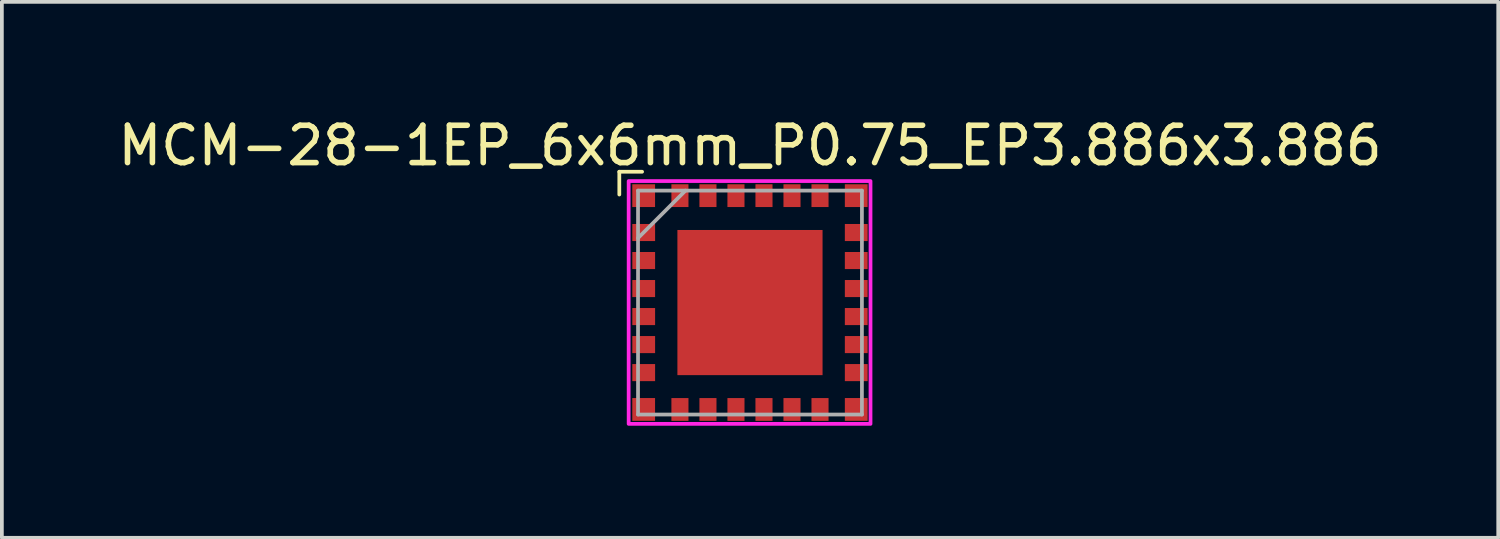
<source format=kicad_pcb>
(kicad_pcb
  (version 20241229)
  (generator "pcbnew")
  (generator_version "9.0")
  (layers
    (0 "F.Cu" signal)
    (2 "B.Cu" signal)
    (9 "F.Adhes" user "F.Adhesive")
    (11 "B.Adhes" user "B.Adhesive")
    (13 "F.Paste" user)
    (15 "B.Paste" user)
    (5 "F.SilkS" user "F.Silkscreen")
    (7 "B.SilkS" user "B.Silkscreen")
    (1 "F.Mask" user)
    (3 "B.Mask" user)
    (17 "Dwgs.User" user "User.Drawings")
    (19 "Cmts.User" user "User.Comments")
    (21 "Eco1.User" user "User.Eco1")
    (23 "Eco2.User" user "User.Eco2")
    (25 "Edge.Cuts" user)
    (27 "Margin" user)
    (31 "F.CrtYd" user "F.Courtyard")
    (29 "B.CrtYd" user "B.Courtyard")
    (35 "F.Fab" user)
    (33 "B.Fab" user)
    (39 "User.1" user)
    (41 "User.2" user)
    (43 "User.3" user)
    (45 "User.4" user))
  (footprint "MCM-28-1EP_6x6mm_P0.75_EP3.886x3.886"
    (layer "F.Cu")
    (at 17.03 5.098)
    (property "Reference" "MCM-28-1EP_6x6mm_P0.75_EP3.886x3.886" (at 0 -4.25 0) (unlocked yes) (layer "F.SilkS") (effects (font (size 1 1) (thickness 0.15))))
    (attr smd)
    (fp_line (start -3.5 -3.55) (end -2.89 -3.55) (stroke (width 0.1) (type solid)) (layer "F.SilkS"))
    (fp_line (start -3.5 -2.94) (end -3.5 -3.55) (stroke (width 0.1) (type solid)) (layer "F.SilkS"))
    (fp_poly (pts (xy -1.845 -1.891) (xy -1.845 -0.795) (xy -0.75 -0.795) (xy -0.75 -1.891)) (stroke (width 0.1) (type solid)) (fill yes) (layer "F.Paste"))
    (fp_poly (pts (xy -1.845 -0.595) (xy -1.845 0.5) (xy -0.75 0.5) (xy -0.75 -0.595)) (stroke (width 0.1) (type solid)) (fill yes) (layer "F.Paste"))
    (fp_poly (pts (xy -1.845 0.7) (xy -1.845 1.795) (xy -0.75 1.795) (xy -0.75 0.7)) (stroke (width 0.1) (type solid)) (fill yes) (layer "F.Paste"))
    (fp_poly (pts (xy -0.55 -1.891) (xy -0.55 -0.795) (xy 0.545 -0.795) (xy 0.545 -1.891)) (stroke (width 0.1) (type solid)) (fill yes) (layer "F.Paste"))
    (fp_poly (pts (xy -0.55 -0.595) (xy -0.55 0.5) (xy 0.545 0.5) (xy 0.545 -0.595)) (stroke (width 0.1) (type solid)) (fill yes) (layer "F.Paste"))
    (fp_poly (pts (xy -0.55 0.7) (xy -0.55 1.795) (xy 0.545 1.795) (xy 0.545 0.7)) (stroke (width 0.1) (type solid)) (fill yes) (layer "F.Paste"))
    (fp_poly (pts (xy 0.745 -1.891) (xy 0.745 -0.795) (xy 1.841 -0.795) (xy 1.841 -1.891)) (stroke (width 0.1) (type solid)) (fill yes) (layer "F.Paste"))
    (fp_poly (pts (xy 0.745 -0.595) (xy 0.745 0.5) (xy 1.841 0.5) (xy 1.841 -0.595)) (stroke (width 0.1) (type solid)) (fill yes) (layer "F.Paste"))
    (fp_poly (pts (xy 0.745 0.7) (xy 0.745 1.795) (xy 1.841 1.795) (xy 1.841 0.7)) (stroke (width 0.1) (type solid)) (fill yes) (layer "F.Paste"))
    (fp_rect (start -3.25 -3.3) (end 3.225 3.2) (stroke (width 0.1) (type solid)) (fill no) (layer "F.CrtYd"))
    (fp_line (start -2.999 -3.045) (end -2.999 2.95) (stroke (width 0.1) (type solid)) (layer "F.Fab"))
    (fp_line (start -2.999 -1.775) (end -1.73 -3.045) (stroke (width 0.1) (type solid)) (layer "F.Fab"))
    (fp_line (start -2.999 2.95) (end 2.995 2.95) (stroke (width 0.1) (type solid)) (layer "F.Fab"))
    (fp_line (start 2.995 -3.045) (end -2.999 -3.045) (stroke (width 0.1) (type solid)) (layer "F.Fab"))
    (fp_line (start 2.995 2.95) (end 2.995 -3.045) (stroke (width 0.1) (type solid)) (layer "F.Fab"))
    (pad "1" smd rect (at -2.848 -2.91) (size 0.61 0.61) (layers "F.Cu" "F.Mask" "F.Paste"))
    (pad "2" smd rect (at -2.847 -1.923 90) (size 0.457 0.61) (layers "F.Cu" "F.Mask" "F.Paste"))
    (pad "3" smd rect (at -2.847 -1.173 90) (size 0.457 0.61) (layers "F.Cu" "F.Mask" "F.Paste"))
    (pad "4" smd rect (at -2.847 -0.423 90) (size 0.457 0.61) (layers "F.Cu" "F.Mask" "F.Paste"))
    (pad "5" smd rect (at -2.847 0.327 90) (size 0.457 0.61) (layers "F.Cu" "F.Mask" "F.Paste"))
    (pad "6" smd rect (at -2.847 1.077 90) (size 0.457 0.61) (layers "F.Cu" "F.Mask" "F.Paste"))
    (pad "7" smd rect (at -2.847 1.827 90) (size 0.457 0.61) (layers "F.Cu" "F.Mask" "F.Paste"))
    (pad "8" smd rect (at -2.848 2.813) (size 0.61 0.61) (layers "F.Cu" "F.Mask" "F.Paste"))
    (pad "9" smd rect (at -1.877 2.814) (size 0.457 0.61) (layers "F.Cu" "F.Mask" "F.Paste"))
    (pad "10" smd rect (at -1.127 2.814) (size 0.457 0.61) (layers "F.Cu" "F.Mask" "F.Paste"))
    (pad "11" smd rect (at -0.377 2.814) (size 0.457 0.61) (layers "F.Cu" "F.Mask" "F.Paste"))
    (pad "12" smd rect (at 0.373 2.814) (size 0.457 0.61) (layers "F.Cu" "F.Mask" "F.Paste"))
    (pad "13" smd rect (at 1.123 2.814) (size 0.457 0.61) (layers "F.Cu" "F.Mask" "F.Paste"))
    (pad "14" smd rect (at 1.873 2.814) (size 0.457 0.61) (layers "F.Cu" "F.Mask" "F.Paste"))
    (pad "15" smd rect (at 2.843 2.813) (size 0.61 0.61) (layers "F.Cu" "F.Mask" "F.Paste"))
    (pad "16" smd rect (at 2.843 1.827 90) (size 0.457 0.61) (layers "F.Cu" "F.Mask" "F.Paste"))
    (pad "17" smd rect (at 2.843 1.077 90) (size 0.457 0.61) (layers "F.Cu" "F.Mask" "F.Paste"))
    (pad "18" smd rect (at 2.843 0.327 90) (size 0.457 0.61) (layers "F.Cu" "F.Mask" "F.Paste"))
    (pad "19" smd rect (at 2.843 -0.423 90) (size 0.457 0.61) (layers "F.Cu" "F.Mask" "F.Paste"))
    (pad "20" smd rect (at 2.843 -1.173 90) (size 0.457 0.61) (layers "F.Cu" "F.Mask" "F.Paste"))
    (pad "21" smd rect (at 2.843 -1.923 90) (size 0.457 0.61) (layers "F.Cu" "F.Mask" "F.Paste"))
    (pad "22" smd rect (at 2.843 -2.91) (size 0.61 0.61) (layers "F.Cu" "F.Mask" "F.Paste"))
    (pad "23" smd rect (at 1.873 -2.91) (size 0.457 0.61) (layers "F.Cu" "F.Mask" "F.Paste"))
    (pad "24" smd rect (at 1.123 -2.91) (size 0.457 0.61) (layers "F.Cu" "F.Mask" "F.Paste"))
    (pad "25" smd rect (at 0.373 -2.91) (size 0.457 0.61) (layers "F.Cu" "F.Mask" "F.Paste"))
    (pad "26" smd rect (at -0.377 -2.91) (size 0.457 0.61) (layers "F.Cu" "F.Mask" "F.Paste"))
    (pad "27" smd rect (at -1.127 -2.91) (size 0.457 0.61) (layers "F.Cu" "F.Mask" "F.Paste"))
    (pad "28" smd rect (at -1.877 -2.91) (size 0.457 0.61) (layers "F.Cu" "F.Mask" "F.Paste"))
    (pad "29" smd rect (at -0.002 -0.048) (size 3.886 3.886) (layers "F.Cu" "F.Mask")))
  (gr_rect
    (start -3 -3)
    (end 37.06 11.348)
    (stroke (width 0.1) (type default))
    (fill no)
    (layer "Edge.Cuts")))
</source>
